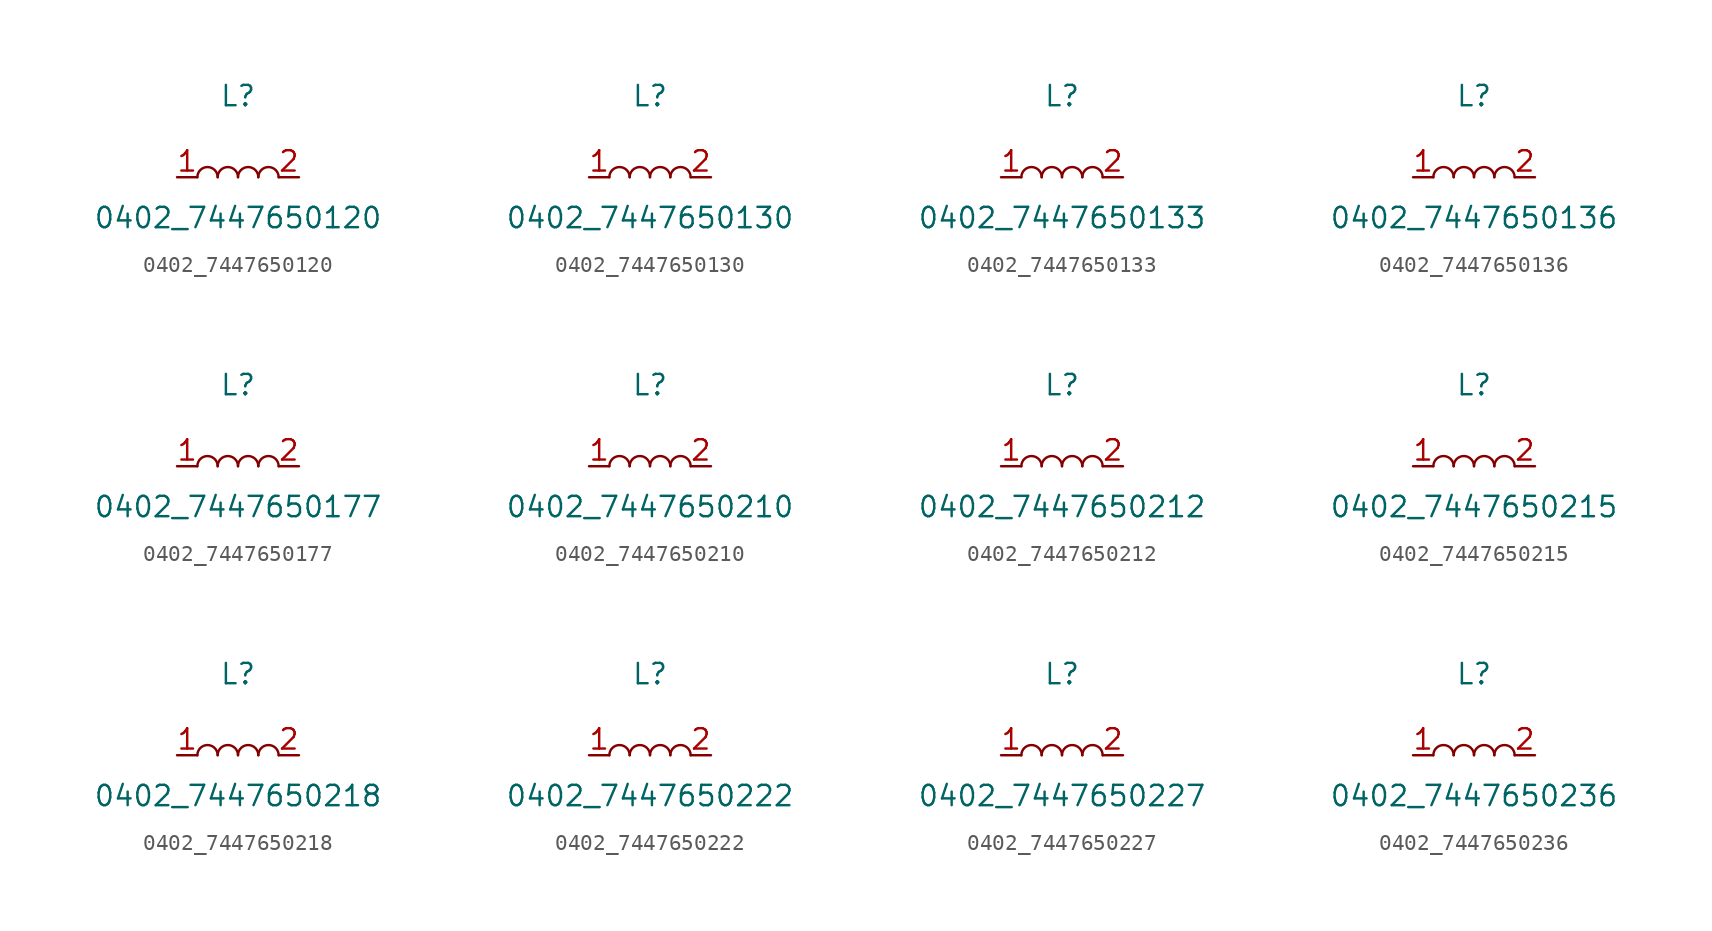
<source format=kicad_sym>
(kicad_symbol_lib
  (version 20220914)
  (generator kicad_symbol_editor)
  (symbol "0402_7447650120"
    (pin_names hide)
    (property "Reference" "L"
      (at 0 5.08 0)
      (effects (font (size 1.27 1.27))))
    (property "Value" "0402_7447650120"
      (at 0 -2.54 0)
      (effects (font (size 1.27 1.27))))
    (symbol "0402_7447650120_0_1"
      (arc (start -1.27 0) (mid -1.905 0.6323) (end -2.54 0) (stroke (width 0) (type default)) (fill (type none)))
      (arc (start 0 0) (mid -0.635 0.6323) (end -1.27 0) (stroke (width 0) (type default)) (fill (type none)))
      (arc (start 1.27 0) (mid 0.635 0.6323) (end 0 0) (stroke (width 0) (type default)) (fill (type none)))
      (arc (start 2.54 0) (mid 1.905 0.6323) (end 1.27 0) (stroke (width 0) (type default)) (fill (type none))))
    (symbol "0402_7447650120_1_1"
      (pin passive line (at -3.81 0 0) (length 1.27) (name "1" (effects (font (size 1.27 1.27)))) (number "1" (effects (font (size 1.27 1.27)))))
      (pin passive line (at 3.81 0 180) (length 1.27) (name "2" (effects (font (size 1.27 1.27)))) (number "2" (effects (font (size 1.27 1.27)))))))
  (symbol "0402_7447650130"
    (pin_names hide)
    (property "Reference" "L"
      (at 0 5.08 0)
      (effects (font (size 1.27 1.27))))
    (property "Value" "0402_7447650130"
      (at 0 -2.54 0)
      (effects (font (size 1.27 1.27))))
    (symbol "0402_7447650130_0_1"
      (arc (start -1.27 0) (mid -1.905 0.6323) (end -2.54 0) (stroke (width 0) (type default)) (fill (type none)))
      (arc (start 0 0) (mid -0.635 0.6323) (end -1.27 0) (stroke (width 0) (type default)) (fill (type none)))
      (arc (start 1.27 0) (mid 0.635 0.6323) (end 0 0) (stroke (width 0) (type default)) (fill (type none)))
      (arc (start 2.54 0) (mid 1.905 0.6323) (end 1.27 0) (stroke (width 0) (type default)) (fill (type none))))
    (symbol "0402_7447650130_1_1"
      (pin passive line (at -3.81 0 0) (length 1.27) (name "1" (effects (font (size 1.27 1.27)))) (number "1" (effects (font (size 1.27 1.27)))))
      (pin passive line (at 3.81 0 180) (length 1.27) (name "2" (effects (font (size 1.27 1.27)))) (number "2" (effects (font (size 1.27 1.27)))))))
  (symbol "0402_7447650133"
    (pin_names hide)
    (property "Reference" "L"
      (at 0 5.08 0)
      (effects (font (size 1.27 1.27))))
    (property "Value" "0402_7447650133"
      (at 0 -2.54 0)
      (effects (font (size 1.27 1.27))))
    (symbol "0402_7447650133_0_1"
      (arc (start -1.27 0) (mid -1.905 0.6323) (end -2.54 0) (stroke (width 0) (type default)) (fill (type none)))
      (arc (start 0 0) (mid -0.635 0.6323) (end -1.27 0) (stroke (width 0) (type default)) (fill (type none)))
      (arc (start 1.27 0) (mid 0.635 0.6323) (end 0 0) (stroke (width 0) (type default)) (fill (type none)))
      (arc (start 2.54 0) (mid 1.905 0.6323) (end 1.27 0) (stroke (width 0) (type default)) (fill (type none))))
    (symbol "0402_7447650133_1_1"
      (pin passive line (at -3.81 0 0) (length 1.27) (name "1" (effects (font (size 1.27 1.27)))) (number "1" (effects (font (size 1.27 1.27)))))
      (pin passive line (at 3.81 0 180) (length 1.27) (name "2" (effects (font (size 1.27 1.27)))) (number "2" (effects (font (size 1.27 1.27)))))))
  (symbol "0402_7447650136"
    (pin_names hide)
    (property "Reference" "L"
      (at 0 5.08 0)
      (effects (font (size 1.27 1.27))))
    (property "Value" "0402_7447650136"
      (at 0 -2.54 0)
      (effects (font (size 1.27 1.27))))
    (symbol "0402_7447650136_0_1"
      (arc (start -1.27 0) (mid -1.905 0.6323) (end -2.54 0) (stroke (width 0) (type default)) (fill (type none)))
      (arc (start 0 0) (mid -0.635 0.6323) (end -1.27 0) (stroke (width 0) (type default)) (fill (type none)))
      (arc (start 1.27 0) (mid 0.635 0.6323) (end 0 0) (stroke (width 0) (type default)) (fill (type none)))
      (arc (start 2.54 0) (mid 1.905 0.6323) (end 1.27 0) (stroke (width 0) (type default)) (fill (type none))))
    (symbol "0402_7447650136_1_1"
      (pin passive line (at -3.81 0 0) (length 1.27) (name "1" (effects (font (size 1.27 1.27)))) (number "1" (effects (font (size 1.27 1.27)))))
      (pin passive line (at 3.81 0 180) (length 1.27) (name "2" (effects (font (size 1.27 1.27)))) (number "2" (effects (font (size 1.27 1.27)))))))
  (symbol "0402_7447650177"
    (pin_names hide)
    (property "Reference" "L"
      (at 0 5.08 0)
      (effects (font (size 1.27 1.27))))
    (property "Value" "0402_7447650177"
      (at 0 -2.54 0)
      (effects (font (size 1.27 1.27))))
    (symbol "0402_7447650177_0_1"
      (arc (start -1.27 0) (mid -1.905 0.6323) (end -2.54 0) (stroke (width 0) (type default)) (fill (type none)))
      (arc (start 0 0) (mid -0.635 0.6323) (end -1.27 0) (stroke (width 0) (type default)) (fill (type none)))
      (arc (start 1.27 0) (mid 0.635 0.6323) (end 0 0) (stroke (width 0) (type default)) (fill (type none)))
      (arc (start 2.54 0) (mid 1.905 0.6323) (end 1.27 0) (stroke (width 0) (type default)) (fill (type none))))
    (symbol "0402_7447650177_1_1"
      (pin passive line (at -3.81 0 0) (length 1.27) (name "1" (effects (font (size 1.27 1.27)))) (number "1" (effects (font (size 1.27 1.27)))))
      (pin passive line (at 3.81 0 180) (length 1.27) (name "2" (effects (font (size 1.27 1.27)))) (number "2" (effects (font (size 1.27 1.27)))))))
  (symbol "0402_7447650210"
    (pin_names hide)
    (property "Reference" "L"
      (at 0 5.08 0)
      (effects (font (size 1.27 1.27))))
    (property "Value" "0402_7447650210"
      (at 0 -2.54 0)
      (effects (font (size 1.27 1.27))))
    (symbol "0402_7447650210_0_1"
      (arc (start -1.27 0) (mid -1.905 0.6323) (end -2.54 0) (stroke (width 0) (type default)) (fill (type none)))
      (arc (start 0 0) (mid -0.635 0.6323) (end -1.27 0) (stroke (width 0) (type default)) (fill (type none)))
      (arc (start 1.27 0) (mid 0.635 0.6323) (end 0 0) (stroke (width 0) (type default)) (fill (type none)))
      (arc (start 2.54 0) (mid 1.905 0.6323) (end 1.27 0) (stroke (width 0) (type default)) (fill (type none))))
    (symbol "0402_7447650210_1_1"
      (pin passive line (at -3.81 0 0) (length 1.27) (name "1" (effects (font (size 1.27 1.27)))) (number "1" (effects (font (size 1.27 1.27)))))
      (pin passive line (at 3.81 0 180) (length 1.27) (name "2" (effects (font (size 1.27 1.27)))) (number "2" (effects (font (size 1.27 1.27)))))))
  (symbol "0402_7447650212"
    (pin_names hide)
    (property "Reference" "L"
      (at 0 5.08 0)
      (effects (font (size 1.27 1.27))))
    (property "Value" "0402_7447650212"
      (at 0 -2.54 0)
      (effects (font (size 1.27 1.27))))
    (symbol "0402_7447650212_0_1"
      (arc (start -1.27 0) (mid -1.905 0.6323) (end -2.54 0) (stroke (width 0) (type default)) (fill (type none)))
      (arc (start 0 0) (mid -0.635 0.6323) (end -1.27 0) (stroke (width 0) (type default)) (fill (type none)))
      (arc (start 1.27 0) (mid 0.635 0.6323) (end 0 0) (stroke (width 0) (type default)) (fill (type none)))
      (arc (start 2.54 0) (mid 1.905 0.6323) (end 1.27 0) (stroke (width 0) (type default)) (fill (type none))))
    (symbol "0402_7447650212_1_1"
      (pin passive line (at -3.81 0 0) (length 1.27) (name "1" (effects (font (size 1.27 1.27)))) (number "1" (effects (font (size 1.27 1.27)))))
      (pin passive line (at 3.81 0 180) (length 1.27) (name "2" (effects (font (size 1.27 1.27)))) (number "2" (effects (font (size 1.27 1.27)))))))
  (symbol "0402_7447650215"
    (pin_names hide)
    (property "Reference" "L"
      (at 0 5.08 0)
      (effects (font (size 1.27 1.27))))
    (property "Value" "0402_7447650215"
      (at 0 -2.54 0)
      (effects (font (size 1.27 1.27))))
    (symbol "0402_7447650215_0_1"
      (arc (start -1.27 0) (mid -1.905 0.6323) (end -2.54 0) (stroke (width 0) (type default)) (fill (type none)))
      (arc (start 0 0) (mid -0.635 0.6323) (end -1.27 0) (stroke (width 0) (type default)) (fill (type none)))
      (arc (start 1.27 0) (mid 0.635 0.6323) (end 0 0) (stroke (width 0) (type default)) (fill (type none)))
      (arc (start 2.54 0) (mid 1.905 0.6323) (end 1.27 0) (stroke (width 0) (type default)) (fill (type none))))
    (symbol "0402_7447650215_1_1"
      (pin passive line (at -3.81 0 0) (length 1.27) (name "1" (effects (font (size 1.27 1.27)))) (number "1" (effects (font (size 1.27 1.27)))))
      (pin passive line (at 3.81 0 180) (length 1.27) (name "2" (effects (font (size 1.27 1.27)))) (number "2" (effects (font (size 1.27 1.27)))))))
  (symbol "0402_7447650218"
    (pin_names hide)
    (property "Reference" "L"
      (at 0 5.08 0)
      (effects (font (size 1.27 1.27))))
    (property "Value" "0402_7447650218"
      (at 0 -2.54 0)
      (effects (font (size 1.27 1.27))))
    (symbol "0402_7447650218_0_1"
      (arc (start -1.27 0) (mid -1.905 0.6323) (end -2.54 0) (stroke (width 0) (type default)) (fill (type none)))
      (arc (start 0 0) (mid -0.635 0.6323) (end -1.27 0) (stroke (width 0) (type default)) (fill (type none)))
      (arc (start 1.27 0) (mid 0.635 0.6323) (end 0 0) (stroke (width 0) (type default)) (fill (type none)))
      (arc (start 2.54 0) (mid 1.905 0.6323) (end 1.27 0) (stroke (width 0) (type default)) (fill (type none))))
    (symbol "0402_7447650218_1_1"
      (pin passive line (at -3.81 0 0) (length 1.27) (name "1" (effects (font (size 1.27 1.27)))) (number "1" (effects (font (size 1.27 1.27)))))
      (pin passive line (at 3.81 0 180) (length 1.27) (name "2" (effects (font (size 1.27 1.27)))) (number "2" (effects (font (size 1.27 1.27)))))))
  (symbol "0402_7447650222"
    (pin_names hide)
    (property "Reference" "L"
      (at 0 5.08 0)
      (effects (font (size 1.27 1.27))))
    (property "Value" "0402_7447650222"
      (at 0 -2.54 0)
      (effects (font (size 1.27 1.27))))
    (symbol "0402_7447650222_0_1"
      (arc (start -1.27 0) (mid -1.905 0.6323) (end -2.54 0) (stroke (width 0) (type default)) (fill (type none)))
      (arc (start 0 0) (mid -0.635 0.6323) (end -1.27 0) (stroke (width 0) (type default)) (fill (type none)))
      (arc (start 1.27 0) (mid 0.635 0.6323) (end 0 0) (stroke (width 0) (type default)) (fill (type none)))
      (arc (start 2.54 0) (mid 1.905 0.6323) (end 1.27 0) (stroke (width 0) (type default)) (fill (type none))))
    (symbol "0402_7447650222_1_1"
      (pin passive line (at -3.81 0 0) (length 1.27) (name "1" (effects (font (size 1.27 1.27)))) (number "1" (effects (font (size 1.27 1.27)))))
      (pin passive line (at 3.81 0 180) (length 1.27) (name "2" (effects (font (size 1.27 1.27)))) (number "2" (effects (font (size 1.27 1.27)))))))
  (symbol "0402_7447650227"
    (pin_names hide)
    (property "Reference" "L"
      (at 0 5.08 0)
      (effects (font (size 1.27 1.27))))
    (property "Value" "0402_7447650227"
      (at 0 -2.54 0)
      (effects (font (size 1.27 1.27))))
    (symbol "0402_7447650227_0_1"
      (arc (start -1.27 0) (mid -1.905 0.6323) (end -2.54 0) (stroke (width 0) (type default)) (fill (type none)))
      (arc (start 0 0) (mid -0.635 0.6323) (end -1.27 0) (stroke (width 0) (type default)) (fill (type none)))
      (arc (start 1.27 0) (mid 0.635 0.6323) (end 0 0) (stroke (width 0) (type default)) (fill (type none)))
      (arc (start 2.54 0) (mid 1.905 0.6323) (end 1.27 0) (stroke (width 0) (type default)) (fill (type none))))
    (symbol "0402_7447650227_1_1"
      (pin passive line (at -3.81 0 0) (length 1.27) (name "1" (effects (font (size 1.27 1.27)))) (number "1" (effects (font (size 1.27 1.27)))))
      (pin passive line (at 3.81 0 180) (length 1.27) (name "2" (effects (font (size 1.27 1.27)))) (number "2" (effects (font (size 1.27 1.27)))))))
  (symbol "0402_7447650236"
    (pin_names hide)
    (property "Reference" "L"
      (at 0 5.08 0)
      (effects (font (size 1.27 1.27))))
    (property "Value" "0402_7447650236"
      (at 0 -2.54 0)
      (effects (font (size 1.27 1.27))))
    (symbol "0402_7447650236_0_1"
      (arc (start -1.27 0) (mid -1.905 0.6323) (end -2.54 0) (stroke (width 0) (type default)) (fill (type none)))
      (arc (start 0 0) (mid -0.635 0.6323) (end -1.27 0) (stroke (width 0) (type default)) (fill (type none)))
      (arc (start 1.27 0) (mid 0.635 0.6323) (end 0 0) (stroke (width 0) (type default)) (fill (type none)))
      (arc (start 2.54 0) (mid 1.905 0.6323) (end 1.27 0) (stroke (width 0) (type default)) (fill (type none))))
    (symbol "0402_7447650236_1_1"
      (pin passive line (at -3.81 0 0) (length 1.27) (name "1" (effects (font (size 1.27 1.27)))) (number "1" (effects (font (size 1.27 1.27)))))
      (pin passive line (at 3.81 0 180) (length 1.27) (name "2" (effects (font (size 1.27 1.27)))) (number "2" (effects (font (size 1.27 1.27))))))))
</source>
